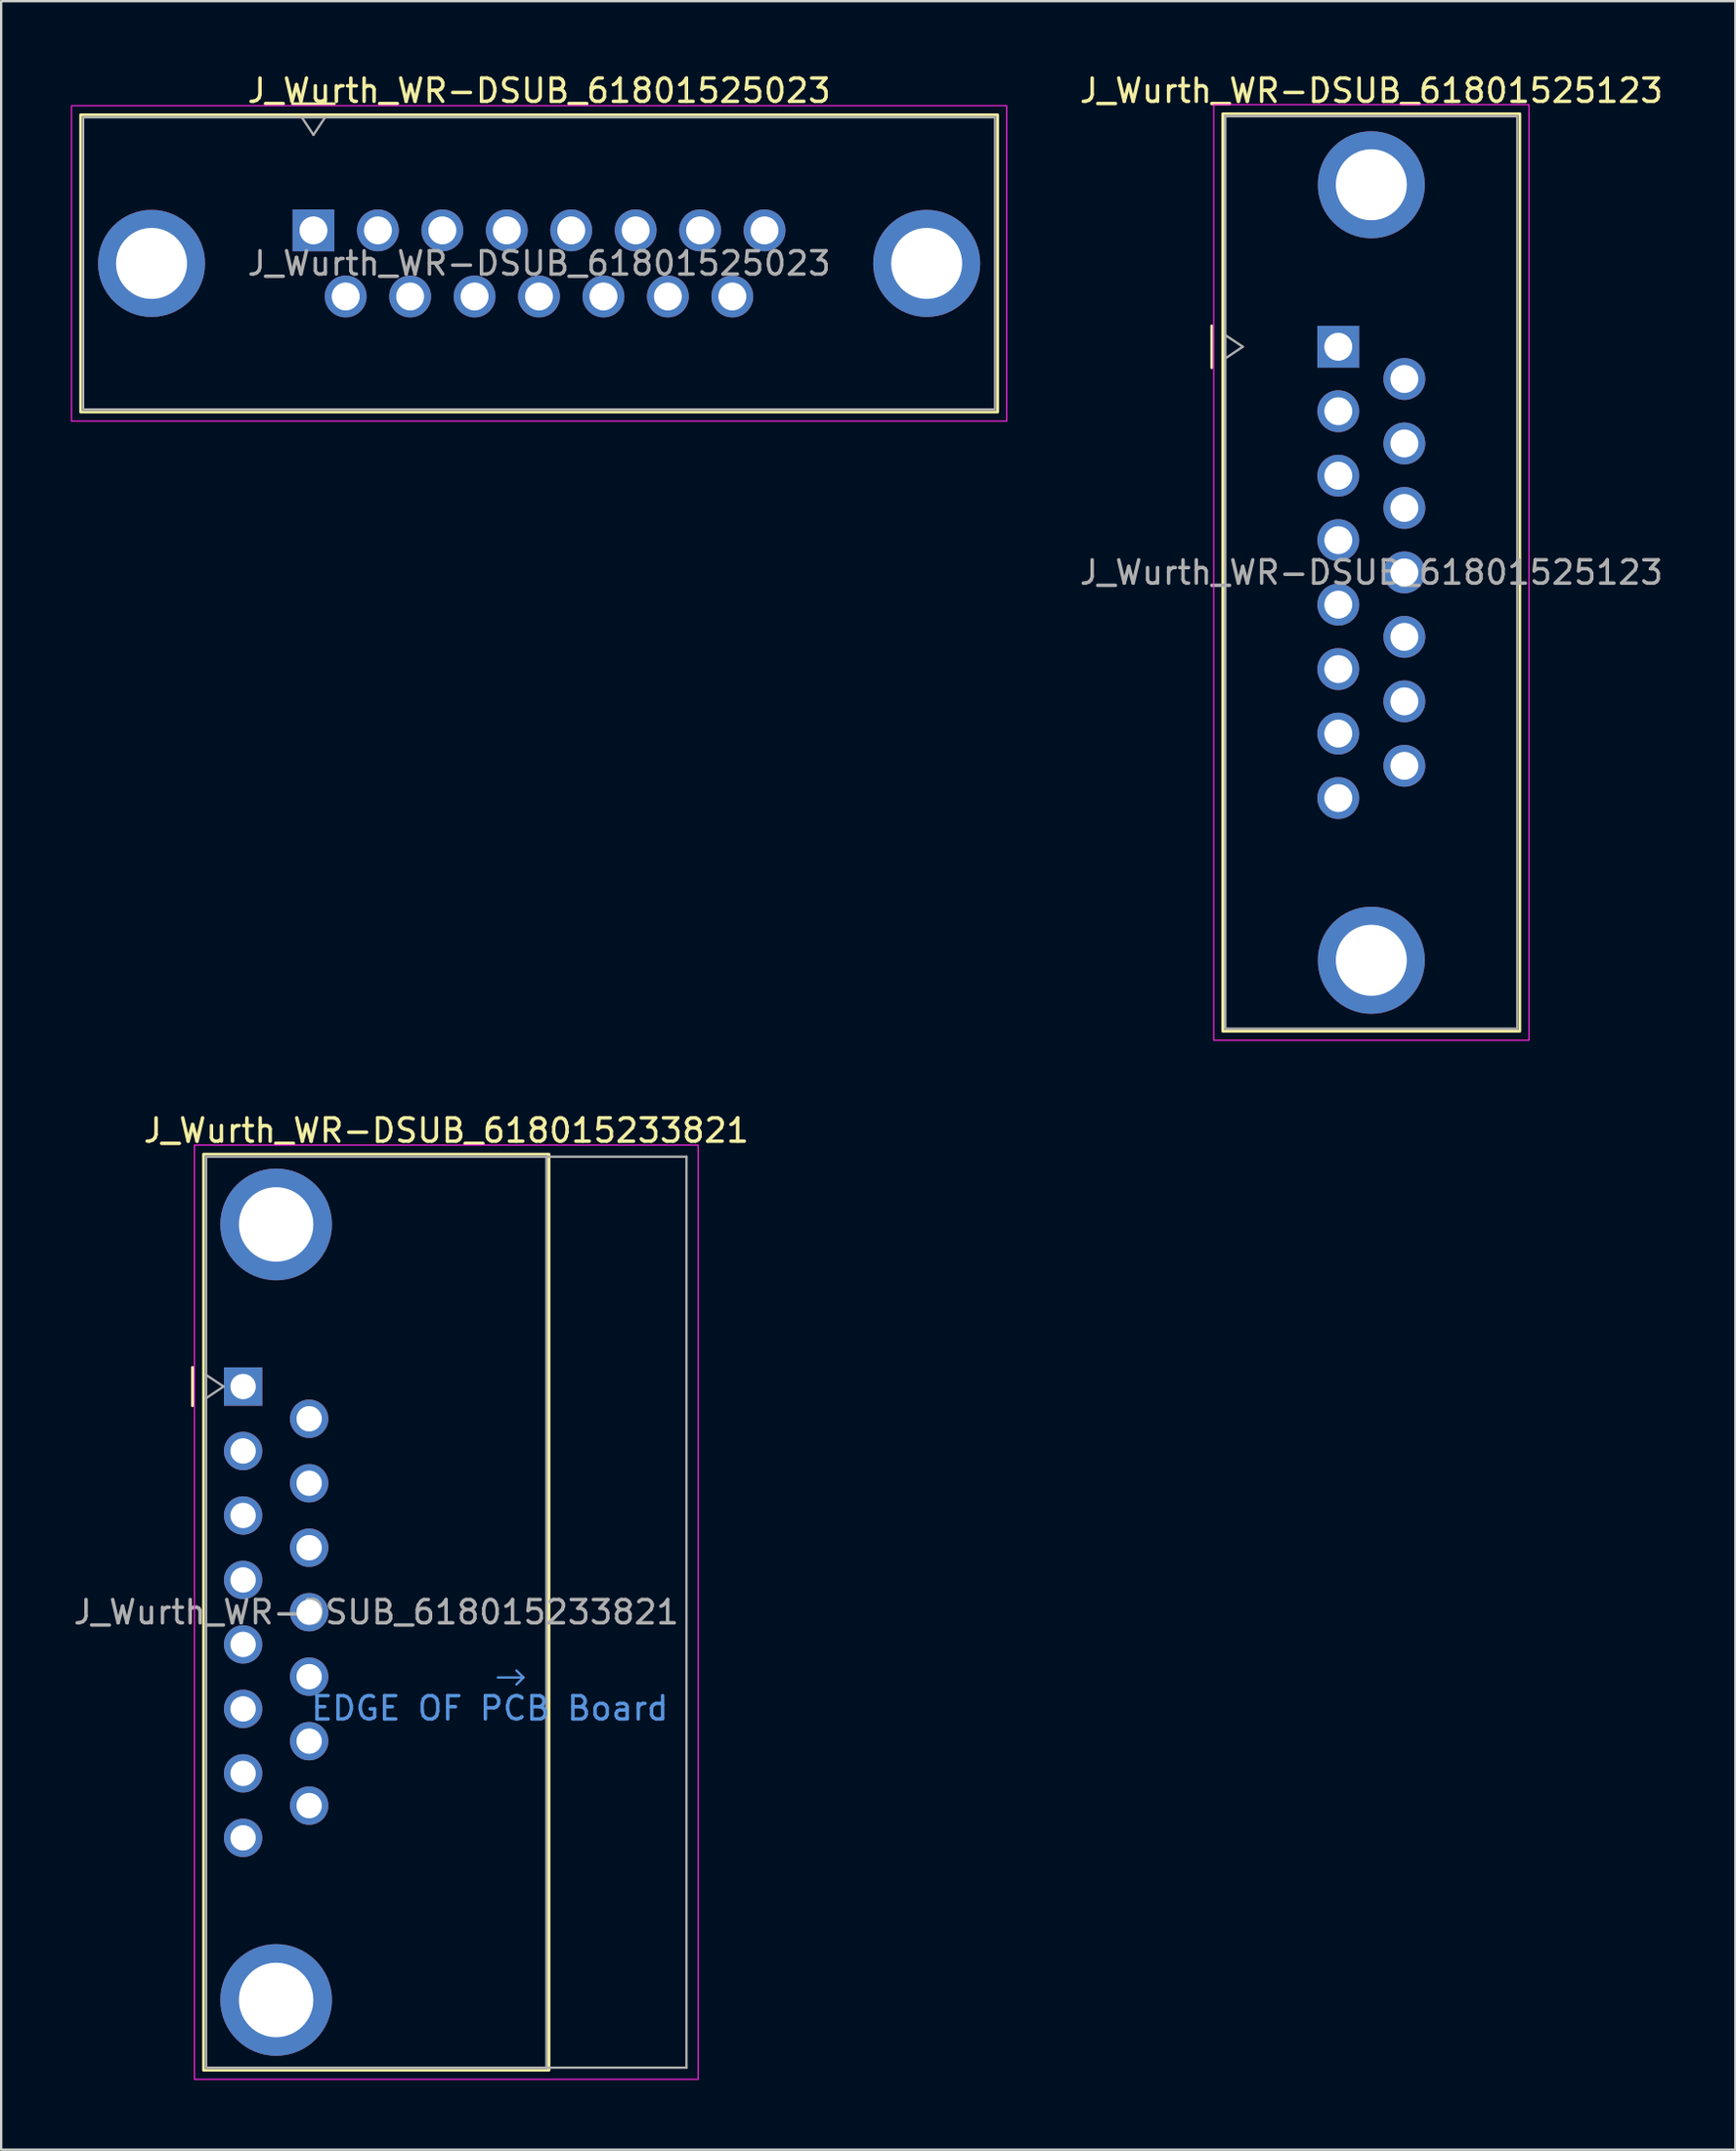
<source format=kicad_pcb>
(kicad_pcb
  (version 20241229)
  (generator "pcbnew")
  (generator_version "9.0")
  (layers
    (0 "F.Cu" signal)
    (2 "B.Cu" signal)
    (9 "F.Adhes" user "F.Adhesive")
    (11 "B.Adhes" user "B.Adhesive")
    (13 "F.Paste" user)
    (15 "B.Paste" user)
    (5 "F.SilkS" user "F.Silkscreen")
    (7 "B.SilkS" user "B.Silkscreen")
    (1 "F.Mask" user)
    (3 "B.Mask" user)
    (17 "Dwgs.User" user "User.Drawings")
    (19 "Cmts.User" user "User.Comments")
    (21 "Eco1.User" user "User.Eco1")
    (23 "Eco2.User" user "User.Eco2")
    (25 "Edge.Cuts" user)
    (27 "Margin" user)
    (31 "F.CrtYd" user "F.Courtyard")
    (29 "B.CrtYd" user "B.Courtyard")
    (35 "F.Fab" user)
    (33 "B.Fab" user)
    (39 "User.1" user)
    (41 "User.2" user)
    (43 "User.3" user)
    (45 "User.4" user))
  (footprint "J_Wurth_WR-DSUB_61801525123"
    (layer "F.Cu")
    (at 54.479 11.848)
    (property "Reference" "J_Wurth_WR-DSUB_61801525123" (at 1.42 -11 0) (unlocked yes) (layer "F.SilkS") (effects (font (size 1 1) (thickness 0.15))))
    (attr through_hole)
    (fp_line (start -5.44 0.9) (end -5.44 -0.9) (stroke (width 0.12) (type solid)) (layer "F.SilkS"))
    (fp_rect (start -4.965 -10.01) (end 7.805 29.41) (stroke (width 0.12) (type solid)) (fill no) (layer "F.SilkS"))
    (fp_rect (start -5.355 -10.4) (end 8.195 29.8) (stroke (width 0.05) (type solid)) (fill no) (layer "F.CrtYd"))
    (fp_line (start -4.105 0) (end -4.855 -0.5) (stroke (width 0.1) (type solid)) (layer "F.Fab"))
    (fp_line (start -4.105 0) (end -4.855 0.5) (stroke (width 0.1) (type solid)) (layer "F.Fab"))
    (fp_rect (start -4.855 -9.9) (end 7.695 29.3) (stroke (width 0.1) (type solid)) (fill no) (layer "F.Fab"))
    (fp_text user "${REFERENCE}" (at 1.42 9.7 0) (unlocked yes) (layer "F.Fab") (effects (font (size 1 1) (thickness 0.15))))
    (pad "1" thru_hole rect (at 0 0 90) (size 1.8 1.8) (drill 1.2) (layers "*.Cu" "*.Mask"))
    (pad "2" thru_hole circle (at 0 2.77 90) (size 1.8 1.8) (drill 1.2) (layers "*.Cu" "*.Mask"))
    (pad "3" thru_hole circle (at 0 5.54 90) (size 1.8 1.8) (drill 1.2) (layers "*.Cu" "*.Mask"))
    (pad "4" thru_hole circle (at 0 8.31 90) (size 1.8 1.8) (drill 1.2) (layers "*.Cu" "*.Mask"))
    (pad "5" thru_hole circle (at 0 11.08 90) (size 1.8 1.8) (drill 1.2) (layers "*.Cu" "*.Mask"))
    (pad "6" thru_hole circle (at 0 13.85 90) (size 1.8 1.8) (drill 1.2) (layers "*.Cu" "*.Mask"))
    (pad "7" thru_hole circle (at 0 16.62 90) (size 1.8 1.8) (drill 1.2) (layers "*.Cu" "*.Mask"))
    (pad "8" thru_hole circle (at 0 19.39 90) (size 1.8 1.8) (drill 1.2) (layers "*.Cu" "*.Mask"))
    (pad "9" thru_hole circle (at 2.84 1.385 90) (size 1.8 1.8) (drill 1.2) (layers "*.Cu" "*.Mask"))
    (pad "10" thru_hole circle (at 2.84 4.155 90) (size 1.8 1.8) (drill 1.2) (layers "*.Cu" "*.Mask"))
    (pad "11" thru_hole circle (at 2.84 6.925 90) (size 1.8 1.8) (drill 1.2) (layers "*.Cu" "*.Mask"))
    (pad "12" thru_hole circle (at 2.84 9.695 90) (size 1.8 1.8) (drill 1.2) (layers "*.Cu" "*.Mask"))
    (pad "13" thru_hole circle (at 2.84 12.465 90) (size 1.8 1.8) (drill 1.2) (layers "*.Cu" "*.Mask"))
    (pad "14" thru_hole circle (at 2.84 15.235 90) (size 1.8 1.8) (drill 1.2) (layers "*.Cu" "*.Mask"))
    (pad "15" thru_hole circle (at 2.84 18.005 90) (size 1.8 1.8) (drill 1.2) (layers "*.Cu" "*.Mask"))
    (pad "S1" thru_hole circle (at 1.42 26.36 90) (size 4.6 4.6) (drill 3.05) (layers "*.Cu" "*.Mask"))
    (pad "S2" thru_hole circle (at 1.42 -6.96 90) (size 4.6 4.6) (drill 3.05) (layers "*.Cu" "*.Mask")))
  (footprint "J_Wurth_WR-DSUB_618015233821"
    (layer "F.Cu")
    (at 7.4 56.522)
    (property "Reference" "J_Wurth_WR-DSUB_618015233821" (at 8.735 -11 0) (unlocked yes) (layer "F.SilkS") (effects (font (size 1 1) (thickness 0.15))))
    (attr through_hole)
    (fp_line (start -2.175 -0.825) (end -2.175 0.825) (stroke (width 0.12) (type solid)) (layer "F.SilkS"))
    (fp_rect (start -1.7 -9.985) (end 13.15 29.375) (stroke (width 0.12) (type default)) (fill no) (layer "F.SilkS"))
    (fp_line (start 10.95 12.5) (end 12.05 12.5) (stroke (width 0.1) (type solid)) (layer "Cmts.User"))
    (fp_line (start 12.05 12.5) (end 11.75 12.2) (stroke (width 0.1) (type solid)) (layer "Cmts.User"))
    (fp_line (start 12.05 12.5) (end 11.75 12.8) (stroke (width 0.1) (type solid)) (layer "Cmts.User"))
    (fp_rect (start -2.09 -10.375) (end 19.56 29.765) (stroke (width 0.05) (type solid)) (fill no) (layer "F.CrtYd"))
    (fp_line (start -0.84 0) (end -1.59 -0.5) (stroke (width 0.1) (type solid)) (layer "F.Fab"))
    (fp_line (start -0.84 0) (end -1.59 0.5) (stroke (width 0.1) (type solid)) (layer "F.Fab"))
    (fp_line (start 13.04 -9.875) (end 19.06 -9.875) (stroke (width 0.1) (type solid)) (layer "F.Fab"))
    (fp_line (start 19.06 -9.875) (end 19.06 29.265) (stroke (width 0.1) (type solid)) (layer "F.Fab"))
    (fp_line (start 19.06 29.265) (end 13.04 29.265) (stroke (width 0.1) (type solid)) (layer "F.Fab"))
    (fp_rect (start -1.59 -9.875) (end 13.04 29.265) (stroke (width 0.1) (type solid)) (fill no) (layer "F.Fab"))
    (fp_text user "EDGE OF PCB Board" (at 2.84 14.41 0) (unlocked yes) (layer "Cmts.User") (effects (font (size 1 1) (thickness 0.15)) (justify left bottom)))
    (fp_text user "${REFERENCE}" (at 5.725 9.695 0) (unlocked yes) (layer "F.Fab") (effects (font (size 1 1) (thickness 0.15))))
    (pad "1" thru_hole rect (at 0 0 90) (size 1.65 1.65) (drill 1.09) (layers "*.Cu" "*.Mask"))
    (pad "2" thru_hole circle (at 0 2.77 90) (size 1.65 1.65) (drill 1.09) (layers "*.Cu" "*.Mask"))
    (pad "3" thru_hole circle (at 0 5.54 90) (size 1.65 1.65) (drill 1.09) (layers "*.Cu" "*.Mask"))
    (pad "4" thru_hole circle (at 0 8.31 90) (size 1.65 1.65) (drill 1.09) (layers "*.Cu" "*.Mask"))
    (pad "5" thru_hole circle (at 0 11.08 90) (size 1.65 1.65) (drill 1.09) (layers "*.Cu" "*.Mask"))
    (pad "6" thru_hole circle (at 0 13.85 90) (size 1.65 1.65) (drill 1.09) (layers "*.Cu" "*.Mask"))
    (pad "7" thru_hole circle (at 0 16.62 90) (size 1.65 1.65) (drill 1.09) (layers "*.Cu" "*.Mask"))
    (pad "8" thru_hole circle (at 0 19.39 90) (size 1.65 1.65) (drill 1.09) (layers "*.Cu" "*.Mask"))
    (pad "9" thru_hole circle (at 2.84 1.385 90) (size 1.65 1.65) (drill 1.09) (layers "*.Cu" "*.Mask"))
    (pad "10" thru_hole circle (at 2.84 4.155 90) (size 1.65 1.65) (drill 1.09) (layers "*.Cu" "*.Mask"))
    (pad "11" thru_hole circle (at 2.84 6.925 90) (size 1.65 1.65) (drill 1.09) (layers "*.Cu" "*.Mask"))
    (pad "12" thru_hole circle (at 2.84 9.695 90) (size 1.65 1.65) (drill 1.09) (layers "*.Cu" "*.Mask"))
    (pad "13" thru_hole circle (at 2.84 12.465 90) (size 1.65 1.65) (drill 1.09) (layers "*.Cu" "*.Mask"))
    (pad "14" thru_hole circle (at 2.84 15.235 90) (size 1.65 1.65) (drill 1.09) (layers "*.Cu" "*.Mask"))
    (pad "15" thru_hole circle (at 2.84 18.005 90) (size 1.65 1.65) (drill 1.09) (layers "*.Cu" "*.Mask"))
    (pad "S1" thru_hole circle (at 1.42 26.355 90) (size 4.8 4.8) (drill 3.2) (layers "*.Cu" "*.Mask"))
    (pad "S2" thru_hole circle (at 1.42 -6.965 90) (size 4.8 4.8) (drill 3.2) (layers "*.Cu" "*.Mask")))
  (footprint "J_Wurth_WR-DSUB_61801525023"
    (layer "F.Cu")
    (at 10.425 6.848)
    (property "Reference" "J_Wurth_WR-DSUB_61801525023" (at 9.7 -6 0) (unlocked yes) (layer "F.SilkS") (effects (font (size 1 1) (thickness 0.15))))
    (attr through_hole)
    (fp_line (start 0.9 -5.44) (end -0.9 -5.44) (stroke (width 0.12) (type solid)) (layer "F.SilkS"))
    (fp_rect (start -10.01 -4.965) (end 29.41 7.805) (stroke (width 0.12) (type solid)) (fill no) (layer "F.SilkS"))
    (fp_rect (start -10.4 -5.355) (end 29.8 8.195) (stroke (width 0.05) (type solid)) (fill no) (layer "F.CrtYd"))
    (fp_line (start 0 -4.105) (end -0.5 -4.855) (stroke (width 0.1) (type solid)) (layer "F.Fab"))
    (fp_line (start 0 -4.105) (end 0.5 -4.855) (stroke (width 0.1) (type solid)) (layer "F.Fab"))
    (fp_rect (start -9.9 -4.855) (end 29.3 7.695) (stroke (width 0.1) (type solid)) (fill no) (layer "F.Fab"))
    (fp_text user "${REFERENCE}" (at 9.7 1.42 0) (unlocked yes) (layer "F.Fab") (effects (font (size 1 1) (thickness 0.15))))
    (pad "1" thru_hole rect (at 0 0) (size 1.8 1.8) (drill 1.2) (layers "*.Cu" "*.Mask"))
    (pad "2" thru_hole circle (at 2.77 0) (size 1.8 1.8) (drill 1.2) (layers "*.Cu" "*.Mask"))
    (pad "3" thru_hole circle (at 5.54 0) (size 1.8 1.8) (drill 1.2) (layers "*.Cu" "*.Mask"))
    (pad "4" thru_hole circle (at 8.31 0) (size 1.8 1.8) (drill 1.2) (layers "*.Cu" "*.Mask"))
    (pad "5" thru_hole circle (at 11.08 0) (size 1.8 1.8) (drill 1.2) (layers "*.Cu" "*.Mask"))
    (pad "6" thru_hole circle (at 13.85 0) (size 1.8 1.8) (drill 1.2) (layers "*.Cu" "*.Mask"))
    (pad "7" thru_hole circle (at 16.62 0) (size 1.8 1.8) (drill 1.2) (layers "*.Cu" "*.Mask"))
    (pad "8" thru_hole circle (at 19.39 0) (size 1.8 1.8) (drill 1.2) (layers "*.Cu" "*.Mask"))
    (pad "9" thru_hole circle (at 1.385 2.84) (size 1.8 1.8) (drill 1.2) (layers "*.Cu" "*.Mask"))
    (pad "10" thru_hole circle (at 4.155 2.84) (size 1.8 1.8) (drill 1.2) (layers "*.Cu" "*.Mask"))
    (pad "11" thru_hole circle (at 6.925 2.84) (size 1.8 1.8) (drill 1.2) (layers "*.Cu" "*.Mask"))
    (pad "12" thru_hole circle (at 9.695 2.84) (size 1.8 1.8) (drill 1.2) (layers "*.Cu" "*.Mask"))
    (pad "13" thru_hole circle (at 12.465 2.84) (size 1.8 1.8) (drill 1.2) (layers "*.Cu" "*.Mask"))
    (pad "14" thru_hole circle (at 15.235 2.84) (size 1.8 1.8) (drill 1.2) (layers "*.Cu" "*.Mask"))
    (pad "15" thru_hole circle (at 18.005 2.84) (size 1.8 1.8) (drill 1.2) (layers "*.Cu" "*.Mask"))
    (pad "S1" thru_hole circle (at -6.96 1.42) (size 4.6 4.6) (drill 3.05) (layers "*.Cu" "*.Mask"))
    (pad "S2" thru_hole circle (at 26.36 1.42) (size 4.6 4.6) (drill 3.05) (layers "*.Cu" "*.Mask")))
  (gr_rect
    (start -3 -3)
    (end 71.548 89.311)
    (stroke (width 0.1) (type default))
    (fill no)
    (layer "Edge.Cuts")))
</source>
